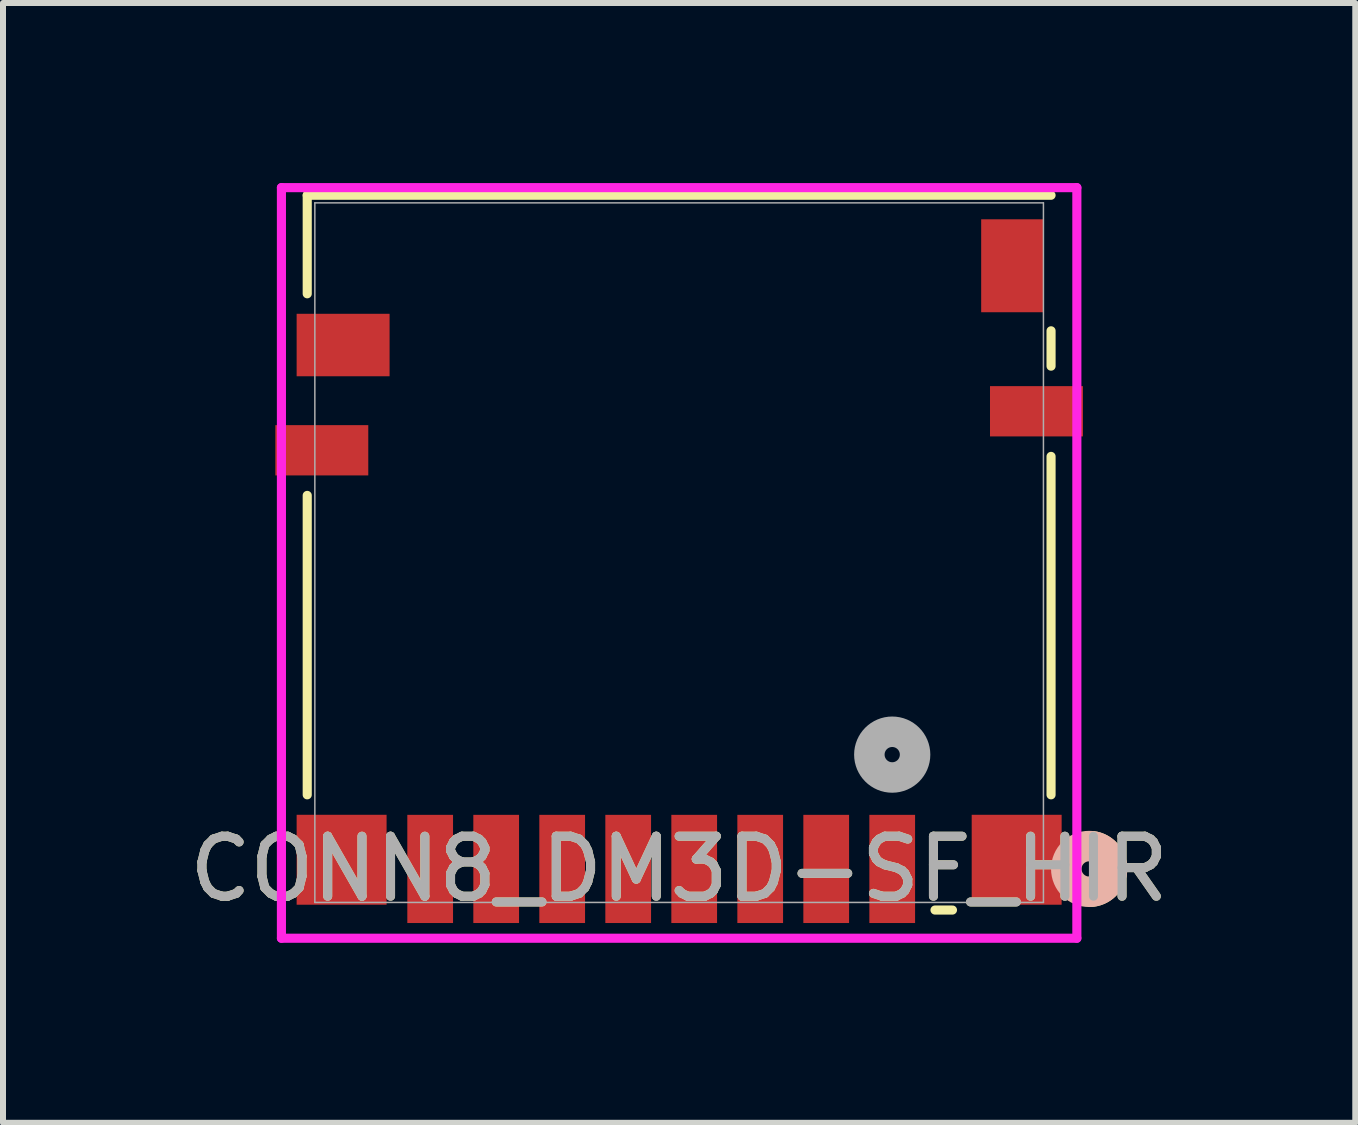
<source format=kicad_pcb>
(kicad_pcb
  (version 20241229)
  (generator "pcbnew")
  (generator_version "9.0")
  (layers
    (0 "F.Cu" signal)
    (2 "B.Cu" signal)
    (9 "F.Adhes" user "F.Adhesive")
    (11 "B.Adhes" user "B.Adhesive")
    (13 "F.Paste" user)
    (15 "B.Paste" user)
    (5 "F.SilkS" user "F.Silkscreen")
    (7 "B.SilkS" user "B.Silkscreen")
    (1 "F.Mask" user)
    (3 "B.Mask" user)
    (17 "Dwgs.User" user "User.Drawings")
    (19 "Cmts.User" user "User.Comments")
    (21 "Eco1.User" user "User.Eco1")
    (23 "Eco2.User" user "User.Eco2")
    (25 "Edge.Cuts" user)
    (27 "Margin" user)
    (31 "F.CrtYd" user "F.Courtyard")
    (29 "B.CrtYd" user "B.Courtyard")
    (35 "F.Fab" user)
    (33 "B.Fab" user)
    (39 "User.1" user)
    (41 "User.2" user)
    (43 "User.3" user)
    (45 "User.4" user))
  (footprint "CONN8_DM3D-SF_HIR"
    (layer "F.Cu")
    (at 8.268 6.16)
    (property "Reference" "CONN8_DM3D-SF_HIR" (at 0 5.271 0) (unlocked yes) (layer "F.SilkS") (effects (font (size 1 1) (thickness 0.15))))
    (attr smd)
    (fp_line (start -6.198 -5.956) (end -6.198 -4.314) (stroke (width 0.152) (type solid)) (layer "F.SilkS"))
    (fp_line (start -6.198 -0.954) (end -6.198 4.036) (stroke (width 0.152) (type solid)) (layer "F.SilkS"))
    (fp_line (start 4.264 5.956) (end 4.555 5.956) (stroke (width 0.152) (type solid)) (layer "F.SilkS"))
    (fp_line (start 6.198 -5.956) (end -6.198 -5.956) (stroke (width 0.152) (type solid)) (layer "F.SilkS"))
    (fp_line (start 6.198 -3.108) (end 6.198 -3.697) (stroke (width 0.152) (type solid)) (layer "F.SilkS"))
    (fp_line (start 6.198 4.036) (end 6.198 -1.604) (stroke (width 0.152) (type solid)) (layer "F.SilkS"))
    (fp_arc (start 6.88484 4.893299) (mid 7.119884 5.020443) (end 7.2136 5.270701) (stroke (width 0.508) (type solid)) (layer "F.SilkS"))
    (fp_arc (start 7.2136 5.270701) (mid 7.119884 5.520958) (end 6.88484 5.648102) (stroke (width 0.508) (type solid)) (layer "F.SilkS"))
    (fp_circle (center 6.833 5.271) (end 7.214 5.271) (stroke (width 0.508) (type solid)) (fill no) (layer "B.SilkS"))
    (fp_line (start -6.628 -6.083) (end -6.628 6.426) (stroke (width 0.152) (type solid)) (layer "F.CrtYd"))
    (fp_line (start -6.628 6.426) (end 6.628 6.426) (stroke (width 0.152) (type solid)) (layer "F.CrtYd"))
    (fp_line (start 6.628 -6.083) (end -6.628 -6.083) (stroke (width 0.152) (type solid)) (layer "F.CrtYd"))
    (fp_line (start 6.628 6.426) (end 6.628 -6.083) (stroke (width 0.152) (type solid)) (layer "F.CrtYd"))
    (fp_line (start -6.071 -5.829) (end -6.071 5.829) (stroke (width 0.025) (type solid)) (layer "F.Fab"))
    (fp_line (start -6.071 5.829) (end 6.071 5.829) (stroke (width 0.025) (type solid)) (layer "F.Fab"))
    (fp_line (start 6.071 -5.829) (end -6.071 -5.829) (stroke (width 0.025) (type solid)) (layer "F.Fab"))
    (fp_line (start 6.071 5.829) (end 6.071 -5.829) (stroke (width 0.025) (type solid)) (layer "F.Fab"))
    (fp_circle (center 3.551 3.366) (end 3.932 3.366) (stroke (width 0.508) (type solid)) (fill no) (layer "F.Fab"))
    (fp_text user "${REFERENCE}" (at 0 5.271 0) (unlocked yes) (layer "F.Fab") (effects (font (size 1 1) (thickness 0.15))))
    (pad "1" smd rect (at 3.551 5.271) (size 0.762 1.803) (layers "F.Cu" "F.Mask" "F.Paste"))
    (pad "2" smd rect (at 2.451 5.271) (size 0.762 1.803) (layers "F.Cu" "F.Mask" "F.Paste"))
    (pad "3" smd rect (at 1.351 5.271) (size 0.762 1.803) (layers "F.Cu" "F.Mask" "F.Paste"))
    (pad "4" smd rect (at 0.251 5.271) (size 0.762 1.803) (layers "F.Cu" "F.Mask" "F.Paste"))
    (pad "5" smd rect (at -0.849 5.271) (size 0.762 1.803) (layers "F.Cu" "F.Mask" "F.Paste"))
    (pad "6" smd rect (at -1.949 5.271) (size 0.762 1.803) (layers "F.Cu" "F.Mask" "F.Paste"))
    (pad "7" smd rect (at -3.049 5.271) (size 0.762 1.803) (layers "F.Cu" "F.Mask" "F.Paste"))
    (pad "8" smd rect (at -4.149 5.271) (size 0.762 1.803) (layers "F.Cu" "F.Mask" "F.Paste"))
    (pad "9" smd rect (at -5.625 5.118) (size 1.499 1.499) (layers "F.Cu" "F.Mask" "F.Paste"))
    (pad "10" smd rect (at 5.625 5.118) (size 1.499 1.499) (layers "F.Cu" "F.Mask" "F.Paste"))
    (pad "11" smd rect (at -5.955 -1.706) (size 1.549 0.838) (layers "F.Cu" "F.Mask" "F.Paste"))
    (pad "12" smd rect (at 5.955 -2.356) (size 1.549 0.838) (layers "F.Cu" "F.Mask" "F.Paste"))
    (pad "13" smd rect (at -5.6 -3.46) (size 1.549 1.041) (layers "F.Cu" "F.Mask" "F.Paste"))
    (pad "14" smd rect (at 5.554 -4.781) (size 1.041 1.549) (layers "F.Cu" "F.Mask" "F.Paste")))
  (gr_rect
    (start -3 -3)
    (end 19.536 15.662)
    (stroke (width 0.1) (type default))
    (fill no)
    (layer "Edge.Cuts")))
</source>
